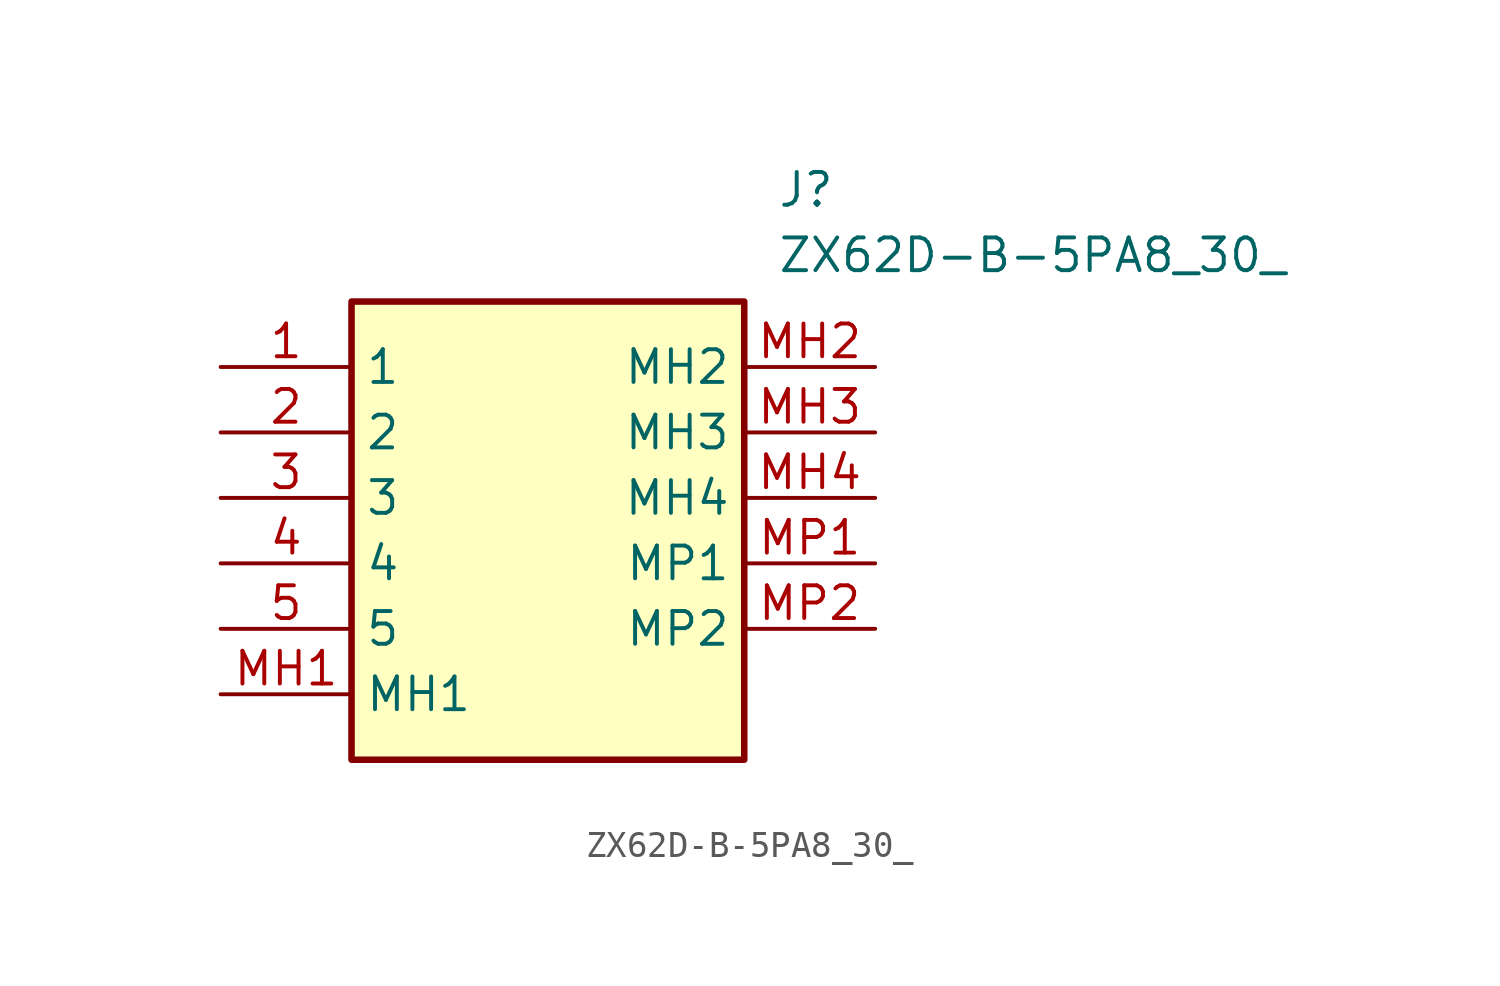
<source format=kicad_sym>
(kicad_symbol_lib
  (version 20211014)
  (generator SamacSys_ECAD_Model)
  (symbol "ZX62D-B-5PA8_30_"
    (property "Reference" "J"
      (at 21.59 7.62 0)
      (effects (font (size 1.27 1.27)) (justify left top)))
    (property "Value" "ZX62D-B-5PA8_30_"
      (at 21.59 5.08 0)
      (effects (font (size 1.27 1.27)) (justify left top)))
    (rectangle
      (start 5.08 2.54)
      (end 20.32 -15.24)
      (stroke (width 0.254) (type default))
      (fill (type background)))
    (pin passive line
      (at 0 0 0)
      (length 5.08)
      (name "1" (effects (font (size 1.27 1.27))))
      (number "1" (effects (font (size 1.27 1.27)))))
    (pin passive line
      (at 0 -2.54 0)
      (length 5.08)
      (name "2" (effects (font (size 1.27 1.27))))
      (number "2" (effects (font (size 1.27 1.27)))))
    (pin passive line
      (at 0 -5.08 0)
      (length 5.08)
      (name "3" (effects (font (size 1.27 1.27))))
      (number "3" (effects (font (size 1.27 1.27)))))
    (pin passive line
      (at 0 -7.62 0)
      (length 5.08)
      (name "4" (effects (font (size 1.27 1.27))))
      (number "4" (effects (font (size 1.27 1.27)))))
    (pin passive line
      (at 0 -10.16 0)
      (length 5.08)
      (name "5" (effects (font (size 1.27 1.27))))
      (number "5" (effects (font (size 1.27 1.27)))))
    (pin passive line
      (at 0 -12.7 0)
      (length 5.08)
      (name "MH1" (effects (font (size 1.27 1.27))))
      (number "MH1" (effects (font (size 1.27 1.27)))))
    (pin passive line
      (at 25.4 0 180)
      (length 5.08)
      (name "MH2" (effects (font (size 1.27 1.27))))
      (number "MH2" (effects (font (size 1.27 1.27)))))
    (pin passive line
      (at 25.4 -2.54 180)
      (length 5.08)
      (name "MH3" (effects (font (size 1.27 1.27))))
      (number "MH3" (effects (font (size 1.27 1.27)))))
    (pin passive line
      (at 25.4 -5.08 180)
      (length 5.08)
      (name "MH4" (effects (font (size 1.27 1.27))))
      (number "MH4" (effects (font (size 1.27 1.27)))))
    (pin passive line
      (at 25.4 -7.62 180)
      (length 5.08)
      (name "MP1" (effects (font (size 1.27 1.27))))
      (number "MP1" (effects (font (size 1.27 1.27)))))
    (pin passive line
      (at 25.4 -10.16 180)
      (length 5.08)
      (name "MP2" (effects (font (size 1.27 1.27))))
      (number "MP2" (effects (font (size 1.27 1.27)))))))
</source>
